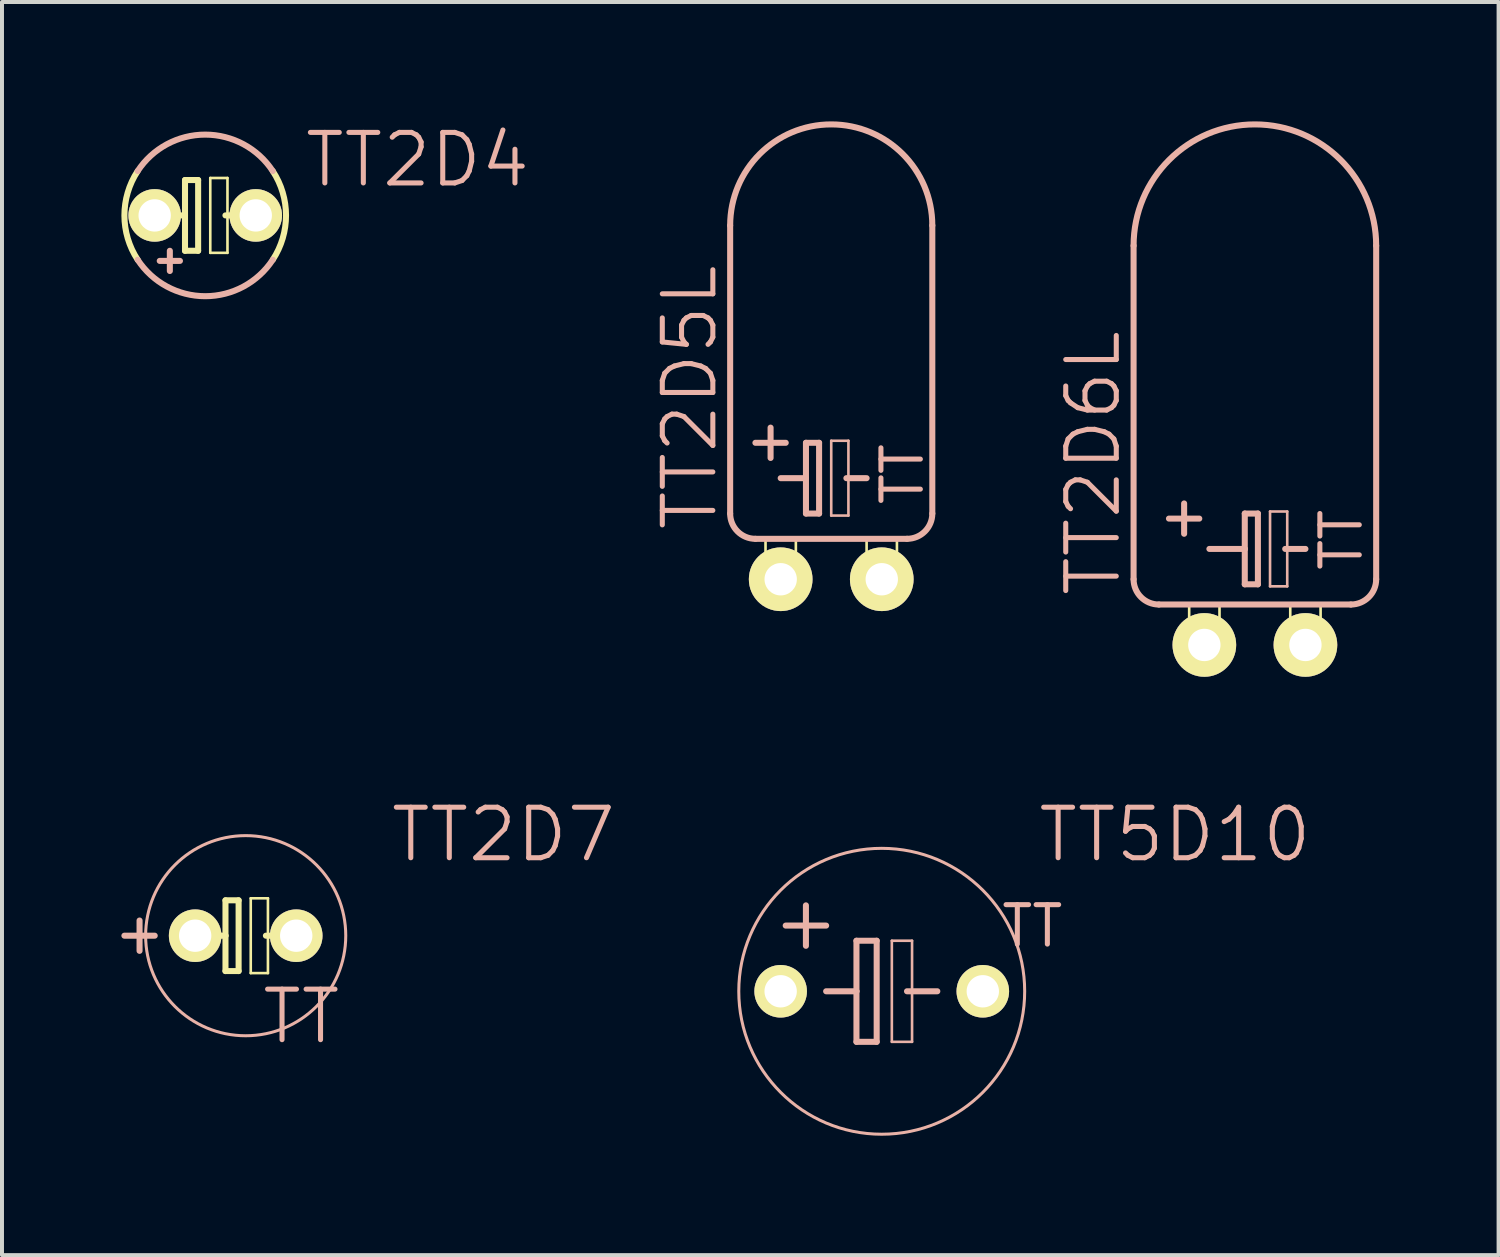
<source format=kicad_pcb>
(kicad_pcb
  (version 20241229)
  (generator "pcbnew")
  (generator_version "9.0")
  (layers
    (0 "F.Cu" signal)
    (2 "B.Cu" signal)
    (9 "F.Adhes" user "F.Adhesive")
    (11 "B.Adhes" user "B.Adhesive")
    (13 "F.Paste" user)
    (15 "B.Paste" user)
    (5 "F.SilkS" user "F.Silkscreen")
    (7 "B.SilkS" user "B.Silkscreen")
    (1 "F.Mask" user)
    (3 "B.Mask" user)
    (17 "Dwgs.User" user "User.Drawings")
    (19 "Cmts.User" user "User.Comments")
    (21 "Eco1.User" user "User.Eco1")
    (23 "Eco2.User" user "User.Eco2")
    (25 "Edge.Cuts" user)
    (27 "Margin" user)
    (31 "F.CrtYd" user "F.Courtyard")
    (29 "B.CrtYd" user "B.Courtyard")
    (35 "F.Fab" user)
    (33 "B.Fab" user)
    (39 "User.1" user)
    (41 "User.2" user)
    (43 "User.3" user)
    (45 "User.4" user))
  (footprint "TT2D4"
    (layer "F.Cu")
    (at 2.107 2.363)
    (property "Reference" "TT2D4" (at 5.334 -1.397 0) (layer "B.SilkS") (effects (font (size 1.27 1.27) (thickness 0.127))))
    (attr exclude_from_pos_files exclude_from_bom)
    (fp_line (start -1.016 0) (end -0.508 0) (stroke (width 0.152) (type solid)) (layer "F.SilkS"))
    (fp_line (start -0.508 -0.889) (end -0.508 0) (stroke (width 0.152) (type solid)) (layer "F.SilkS"))
    (fp_line (start -0.508 0) (end -0.508 0.889) (stroke (width 0.152) (type solid)) (layer "F.SilkS"))
    (fp_line (start -0.508 0.889) (end -0.178 0.889) (stroke (width 0.152) (type solid)) (layer "F.SilkS"))
    (fp_line (start -0.178 -0.889) (end -0.508 -0.889) (stroke (width 0.152) (type solid)) (layer "F.SilkS"))
    (fp_line (start -0.178 0.889) (end -0.178 -0.889) (stroke (width 0.152) (type solid)) (layer "F.SilkS"))
    (fp_line (start 0.127 -0.94) (end 0.559 -0.94) (stroke (width 0.066) (type solid)) (layer "F.SilkS"))
    (fp_line (start 0.127 0.94) (end 0.127 -0.94) (stroke (width 0.066) (type solid)) (layer "F.SilkS"))
    (fp_line (start 0.127 0.94) (end 0.559 0.94) (stroke (width 0.066) (type solid)) (layer "F.SilkS"))
    (fp_line (start 0.508 0) (end 1.016 0) (stroke (width 0.152) (type solid)) (layer "F.SilkS"))
    (fp_line (start 0.559 0.94) (end 0.559 -0.94) (stroke (width 0.066) (type solid)) (layer "F.SilkS"))
    (fp_arc (start -1.69672 1.11506) (mid -2.030323 0.002209) (end -1.699143 -1.111365) (stroke (width 0.1524) (type solid)) (layer "F.SilkS"))
    (fp_arc (start 1.69672 -1.11506) (mid 2.030323 -0.002209) (end 1.699143 1.111365) (stroke (width 0.1524) (type solid)) (layer "F.SilkS"))
    (fp_line (start -0.889 1.397) (end -0.889 0.889) (stroke (width 0.152) (type solid)) (layer "B.SilkS"))
    (fp_line (start -0.635 1.143) (end -1.143 1.143) (stroke (width 0.152) (type solid)) (layer "B.SilkS"))
    (fp_arc (start -1.69672 -1.11506) (mid 0.000437 -2.030324) (end 1.6972 -1.114329) (stroke (width 0.1524) (type solid)) (layer "B.SilkS"))
    (fp_arc (start 1.69672 1.11506) (mid -0.000437 2.030324) (end -1.6972 1.114329) (stroke (width 0.1524) (type solid)) (layer "B.SilkS"))
    (pad "+" thru_hole circle (at -1.27 0) (size 1.321 1.321) (drill 0.813) (layers "*.Cu" "F.Mask" "F.SilkS" "F.Paste"))
    (pad "-" thru_hole circle (at 1.27 0) (size 1.321 1.321) (drill 0.813) (layers "*.Cu" "F.Mask" "F.SilkS" "F.Paste")))
  (footprint "TT2D6L"
    (layer "F.Cu")
    (at 28.484 13.157)
    (property "Reference" "TT2D6L" (at -4.064 -4.572 90) (layer "B.SilkS") (effects (font (size 1.27 1.27) (thickness 0.127))))
    (attr exclude_from_pos_files exclude_from_bom)
    (fp_line (start -1.651 -1.016) (end -0.889 -1.016) (stroke (width 0.066) (type solid)) (layer "F.SilkS"))
    (fp_line (start -1.651 -0.635) (end -1.651 -1.016) (stroke (width 0.066) (type solid)) (layer "F.SilkS"))
    (fp_line (start -1.651 -0.635) (end -0.889 -0.635) (stroke (width 0.066) (type solid)) (layer "F.SilkS"))
    (fp_line (start -1.651 -0.635) (end -0.889 -0.635) (stroke (width 0.066) (type solid)) (layer "F.SilkS"))
    (fp_line (start -1.651 0.127) (end -1.651 -0.635) (stroke (width 0.066) (type solid)) (layer "F.SilkS"))
    (fp_line (start -1.651 0.127) (end -0.889 0.127) (stroke (width 0.066) (type solid)) (layer "F.SilkS"))
    (fp_line (start -0.889 -0.635) (end -0.889 -1.016) (stroke (width 0.066) (type solid)) (layer "F.SilkS"))
    (fp_line (start -0.889 0.127) (end -0.889 -0.635) (stroke (width 0.066) (type solid)) (layer "F.SilkS"))
    (fp_line (start 0.889 -1.016) (end 1.651 -1.016) (stroke (width 0.066) (type solid)) (layer "F.SilkS"))
    (fp_line (start 0.889 -0.635) (end 0.889 -1.016) (stroke (width 0.066) (type solid)) (layer "F.SilkS"))
    (fp_line (start 0.889 -0.635) (end 1.651 -0.635) (stroke (width 0.066) (type solid)) (layer "F.SilkS"))
    (fp_line (start 0.889 -0.635) (end 1.651 -0.635) (stroke (width 0.066) (type solid)) (layer "F.SilkS"))
    (fp_line (start 0.889 0.127) (end 0.889 -0.635) (stroke (width 0.066) (type solid)) (layer "F.SilkS"))
    (fp_line (start 0.889 0.127) (end 1.651 0.127) (stroke (width 0.066) (type solid)) (layer "F.SilkS"))
    (fp_line (start 1.651 -0.635) (end 1.651 -1.016) (stroke (width 0.066) (type solid)) (layer "F.SilkS"))
    (fp_line (start 1.651 0.127) (end 1.651 -0.635) (stroke (width 0.066) (type solid)) (layer "F.SilkS"))
    (fp_line (start -3.048 -10.033) (end -3.048 -1.651) (stroke (width 0.152) (type solid)) (layer "B.SilkS"))
    (fp_line (start -2.413 -1.016) (end 2.413 -1.016) (stroke (width 0.152) (type solid)) (layer "B.SilkS"))
    (fp_line (start -2.159 -3.175) (end -1.397 -3.175) (stroke (width 0.152) (type solid)) (layer "B.SilkS"))
    (fp_line (start -1.778 -2.794) (end -1.778 -3.556) (stroke (width 0.152) (type solid)) (layer "B.SilkS"))
    (fp_line (start -1.143 -2.413) (end -0.254 -2.413) (stroke (width 0.152) (type solid)) (layer "B.SilkS"))
    (fp_line (start -0.254 -3.302) (end -0.254 -2.413) (stroke (width 0.152) (type solid)) (layer "B.SilkS"))
    (fp_line (start -0.254 -2.413) (end -0.254 -1.524) (stroke (width 0.152) (type solid)) (layer "B.SilkS"))
    (fp_line (start -0.254 -1.524) (end 0.076 -1.524) (stroke (width 0.152) (type solid)) (layer "B.SilkS"))
    (fp_line (start 0.076 -3.302) (end -0.254 -3.302) (stroke (width 0.152) (type solid)) (layer "B.SilkS"))
    (fp_line (start 0.076 -1.524) (end 0.076 -3.302) (stroke (width 0.152) (type solid)) (layer "B.SilkS"))
    (fp_line (start 0.381 -3.353) (end 0.813 -3.353) (stroke (width 0.066) (type solid)) (layer "B.SilkS"))
    (fp_line (start 0.381 -1.473) (end 0.381 -3.353) (stroke (width 0.066) (type solid)) (layer "B.SilkS"))
    (fp_line (start 0.381 -1.473) (end 0.813 -1.473) (stroke (width 0.066) (type solid)) (layer "B.SilkS"))
    (fp_line (start 0.762 -2.413) (end 1.27 -2.413) (stroke (width 0.152) (type solid)) (layer "B.SilkS"))
    (fp_line (start 0.813 -1.473) (end 0.813 -3.353) (stroke (width 0.066) (type solid)) (layer "B.SilkS"))
    (fp_line (start 3.048 -10.033) (end 3.048 -1.651) (stroke (width 0.152) (type solid)) (layer "B.SilkS"))
    (fp_arc (start -3.048 -10.033) (mid 0 -13.081) (end 3.048 -10.033) (stroke (width 0.1524) (type solid)) (layer "B.SilkS"))
    (fp_arc (start -2.413 -1.016) (mid -2.862013 -1.201987) (end -3.048 -1.651) (stroke (width 0.1524) (type solid)) (layer "B.SilkS"))
    (fp_arc (start 3.048 -1.651) (mid 2.862013 -1.201987) (end 2.413 -1.016) (stroke (width 0.1524) (type solid)) (layer "B.SilkS"))
    (fp_text user "TT" (at 2.172 -2.642 90) (layer "B.SilkS") (effects (font (size 0.991 0.991) (thickness 0.127))))
    (pad "+" thru_hole circle (at -1.27 0) (size 1.6 1.6) (drill 0.813) (layers "*.Cu" "F.Mask" "F.SilkS" "F.Paste"))
    (pad "-" thru_hole circle (at 1.27 0) (size 1.6 1.6) (drill 0.813) (layers "*.Cu" "F.Mask" "F.SilkS" "F.Paste")))
  (footprint "TT2D5L"
    (layer "F.Cu")
    (at 17.838 11.506)
    (property "Reference" "TT2D5L" (at -3.556 -4.572 90) (layer "B.SilkS") (effects (font (size 1.27 1.27) (thickness 0.127))))
    (attr exclude_from_pos_files exclude_from_bom)
    (fp_line (start -1.651 -1.016) (end -0.889 -1.016) (stroke (width 0.066) (type solid)) (layer "F.SilkS"))
    (fp_line (start -1.651 -0.635) (end -1.651 -1.016) (stroke (width 0.066) (type solid)) (layer "F.SilkS"))
    (fp_line (start -1.651 -0.635) (end -0.889 -0.635) (stroke (width 0.066) (type solid)) (layer "F.SilkS"))
    (fp_line (start -1.651 -0.635) (end -0.889 -0.635) (stroke (width 0.066) (type solid)) (layer "F.SilkS"))
    (fp_line (start -1.651 0.127) (end -1.651 -0.635) (stroke (width 0.066) (type solid)) (layer "F.SilkS"))
    (fp_line (start -1.651 0.127) (end -0.889 0.127) (stroke (width 0.066) (type solid)) (layer "F.SilkS"))
    (fp_line (start -0.889 -0.635) (end -0.889 -1.016) (stroke (width 0.066) (type solid)) (layer "F.SilkS"))
    (fp_line (start -0.889 0.127) (end -0.889 -0.635) (stroke (width 0.066) (type solid)) (layer "F.SilkS"))
    (fp_line (start 0.889 -1.016) (end 1.651 -1.016) (stroke (width 0.066) (type solid)) (layer "F.SilkS"))
    (fp_line (start 0.889 -0.635) (end 0.889 -1.016) (stroke (width 0.066) (type solid)) (layer "F.SilkS"))
    (fp_line (start 0.889 -0.635) (end 1.651 -0.635) (stroke (width 0.066) (type solid)) (layer "F.SilkS"))
    (fp_line (start 0.889 -0.635) (end 1.651 -0.635) (stroke (width 0.066) (type solid)) (layer "F.SilkS"))
    (fp_line (start 0.889 0.127) (end 0.889 -0.635) (stroke (width 0.066) (type solid)) (layer "F.SilkS"))
    (fp_line (start 0.889 0.127) (end 1.651 0.127) (stroke (width 0.066) (type solid)) (layer "F.SilkS"))
    (fp_line (start 1.651 -0.635) (end 1.651 -1.016) (stroke (width 0.066) (type solid)) (layer "F.SilkS"))
    (fp_line (start 1.651 0.127) (end 1.651 -0.635) (stroke (width 0.066) (type solid)) (layer "F.SilkS"))
    (fp_line (start -2.54 -8.89) (end -2.54 -1.651) (stroke (width 0.152) (type solid)) (layer "B.SilkS"))
    (fp_line (start -1.905 -3.429) (end -1.143 -3.429) (stroke (width 0.152) (type solid)) (layer "B.SilkS"))
    (fp_line (start -1.905 -1.016) (end 1.905 -1.016) (stroke (width 0.152) (type solid)) (layer "B.SilkS"))
    (fp_line (start -1.524 -3.81) (end -1.524 -3.048) (stroke (width 0.152) (type solid)) (layer "B.SilkS"))
    (fp_line (start -1.27 -2.54) (end -0.635 -2.54) (stroke (width 0.152) (type solid)) (layer "B.SilkS"))
    (fp_line (start -0.635 -3.429) (end -0.635 -2.54) (stroke (width 0.152) (type solid)) (layer "B.SilkS"))
    (fp_line (start -0.635 -2.54) (end -0.635 -1.651) (stroke (width 0.152) (type solid)) (layer "B.SilkS"))
    (fp_line (start -0.635 -1.651) (end -0.305 -1.651) (stroke (width 0.152) (type solid)) (layer "B.SilkS"))
    (fp_line (start -0.305 -3.429) (end -0.635 -3.429) (stroke (width 0.152) (type solid)) (layer "B.SilkS"))
    (fp_line (start -0.305 -1.651) (end -0.305 -3.429) (stroke (width 0.152) (type solid)) (layer "B.SilkS"))
    (fp_line (start 0 -3.48) (end 0.432 -3.48) (stroke (width 0.066) (type solid)) (layer "B.SilkS"))
    (fp_line (start 0 -1.6) (end 0 -3.48) (stroke (width 0.066) (type solid)) (layer "B.SilkS"))
    (fp_line (start 0 -1.6) (end 0.432 -1.6) (stroke (width 0.066) (type solid)) (layer "B.SilkS"))
    (fp_line (start 0.381 -2.54) (end 0.889 -2.54) (stroke (width 0.152) (type solid)) (layer "B.SilkS"))
    (fp_line (start 0.432 -1.6) (end 0.432 -3.48) (stroke (width 0.066) (type solid)) (layer "B.SilkS"))
    (fp_line (start 2.54 -8.89) (end 2.54 -1.651) (stroke (width 0.152) (type solid)) (layer "B.SilkS"))
    (fp_arc (start -2.54 -8.89) (mid 0 -11.43) (end 2.54 -8.89) (stroke (width 0.1524) (type solid)) (layer "B.SilkS"))
    (fp_arc (start -1.905 -1.016) (mid -2.354013 -1.201987) (end -2.54 -1.651) (stroke (width 0.1524) (type solid)) (layer "B.SilkS"))
    (fp_arc (start 2.54 -1.651) (mid 2.354013 -1.201987) (end 1.905 -1.016) (stroke (width 0.1524) (type solid)) (layer "B.SilkS"))
    (fp_text user "TT" (at 1.788 -2.642 90) (layer "B.SilkS") (effects (font (size 0.991 0.991) (thickness 0.127))))
    (pad "+" thru_hole circle (at -1.27 0) (size 1.6 1.6) (drill 0.813) (layers "*.Cu" "F.Mask" "F.SilkS" "F.Paste"))
    (pad "-" thru_hole circle (at 1.27 0) (size 1.6 1.6) (drill 0.813) (layers "*.Cu" "F.Mask" "F.SilkS" "F.Paste")))
  (footprint "TT5D10"
    (layer "F.Cu")
    (at 19.107 21.86)
    (property "Reference" "TT5D10" (at 7.366 -3.937 0) (layer "B.SilkS") (effects (font (size 1.27 1.27) (thickness 0.127))))
    (attr exclude_from_pos_files exclude_from_bom)
    (fp_line (start -2.413 -1.651) (end -1.397 -1.651) (stroke (width 0.152) (type solid)) (layer "B.SilkS"))
    (fp_line (start -1.905 -1.143) (end -1.905 -2.159) (stroke (width 0.152) (type solid)) (layer "B.SilkS"))
    (fp_line (start -1.397 0) (end -0.635 0) (stroke (width 0.152) (type solid)) (layer "B.SilkS"))
    (fp_line (start -0.635 -1.27) (end -0.635 0) (stroke (width 0.152) (type solid)) (layer "B.SilkS"))
    (fp_line (start -0.635 0) (end -0.635 1.27) (stroke (width 0.152) (type solid)) (layer "B.SilkS"))
    (fp_line (start -0.635 1.27) (end -0.127 1.27) (stroke (width 0.152) (type solid)) (layer "B.SilkS"))
    (fp_line (start -0.127 -1.27) (end -0.635 -1.27) (stroke (width 0.152) (type solid)) (layer "B.SilkS"))
    (fp_line (start -0.127 1.27) (end -0.127 -1.27) (stroke (width 0.152) (type solid)) (layer "B.SilkS"))
    (fp_line (start 0.254 -1.27) (end 0.762 -1.27) (stroke (width 0.066) (type solid)) (layer "B.SilkS"))
    (fp_line (start 0.254 1.27) (end 0.254 -1.27) (stroke (width 0.066) (type solid)) (layer "B.SilkS"))
    (fp_line (start 0.254 1.27) (end 0.762 1.27) (stroke (width 0.066) (type solid)) (layer "B.SilkS"))
    (fp_line (start 0.635 0) (end 1.397 0) (stroke (width 0.152) (type solid)) (layer "B.SilkS"))
    (fp_line (start 0.762 1.27) (end 0.762 -1.27) (stroke (width 0.066) (type solid)) (layer "B.SilkS"))
    (fp_circle (center 0 0) (end -2.54 2.54) (stroke (width 0.076) (type solid)) (fill no) (layer "B.SilkS"))
    (fp_text user "TT" (at 3.785 -1.638 0) (layer "B.SilkS") (effects (font (size 0.991 0.991) (thickness 0.127))))
    (pad "+" thru_hole circle (at -2.54 0) (size 1.321 1.321) (drill 0.813) (layers "*.Cu" "F.Mask" "F.SilkS" "F.Paste"))
    (pad "-" thru_hole circle (at 2.54 0) (size 1.321 1.321) (drill 0.813) (layers "*.Cu" "F.Mask" "F.SilkS" "F.Paste")))
  (footprint "TT2D7"
    (layer "F.Cu")
    (at 3.124 20.463)
    (property "Reference" "TT2D7" (at 6.477 -2.54 0) (layer "B.SilkS") (effects (font (size 1.27 1.27) (thickness 0.127))))
    (attr exclude_from_pos_files exclude_from_bom)
    (fp_line (start -1.016 0) (end -0.508 0) (stroke (width 0.152) (type solid)) (layer "F.SilkS"))
    (fp_line (start -0.508 -0.889) (end -0.508 0) (stroke (width 0.152) (type solid)) (layer "F.SilkS"))
    (fp_line (start -0.508 0) (end -0.508 0.889) (stroke (width 0.152) (type solid)) (layer "F.SilkS"))
    (fp_line (start -0.508 0.889) (end -0.178 0.889) (stroke (width 0.152) (type solid)) (layer "F.SilkS"))
    (fp_line (start -0.178 -0.889) (end -0.508 -0.889) (stroke (width 0.152) (type solid)) (layer "F.SilkS"))
    (fp_line (start -0.178 0.889) (end -0.178 -0.889) (stroke (width 0.152) (type solid)) (layer "F.SilkS"))
    (fp_line (start 0.127 -0.94) (end 0.559 -0.94) (stroke (width 0.066) (type solid)) (layer "F.SilkS"))
    (fp_line (start 0.127 0.94) (end 0.127 -0.94) (stroke (width 0.066) (type solid)) (layer "F.SilkS"))
    (fp_line (start 0.127 0.94) (end 0.559 0.94) (stroke (width 0.066) (type solid)) (layer "F.SilkS"))
    (fp_line (start 0.508 0) (end 1.016 0) (stroke (width 0.152) (type solid)) (layer "F.SilkS"))
    (fp_line (start 0.559 0.94) (end 0.559 -0.94) (stroke (width 0.066) (type solid)) (layer "F.SilkS"))
    (fp_line (start -2.667 0.381) (end -2.667 -0.381) (stroke (width 0.152) (type solid)) (layer "B.SilkS"))
    (fp_line (start -2.286 0) (end -3.048 0) (stroke (width 0.152) (type solid)) (layer "B.SilkS"))
    (fp_circle (center 0 0) (end -1.778 1.778) (stroke (width 0.076) (type solid)) (fill no) (layer "B.SilkS"))
    (fp_text user "TT" (at 1.397 2.032 0) (layer "B.SilkS") (effects (font (size 1.27 1.27) (thickness 0.127))))
    (pad "+" thru_hole circle (at -1.27 0) (size 1.321 1.321) (drill 0.813) (layers "*.Cu" "F.Mask" "F.SilkS" "F.Paste"))
    (pad "-" thru_hole circle (at 1.27 0) (size 1.321 1.321) (drill 0.813) (layers "*.Cu" "F.Mask" "F.SilkS" "F.Paste")))
  (gr_rect
    (start -3 -3)
    (end 34.608 28.49)
    (stroke (width 0.1) (type default))
    (fill no)
    (layer "Edge.Cuts")))
</source>
